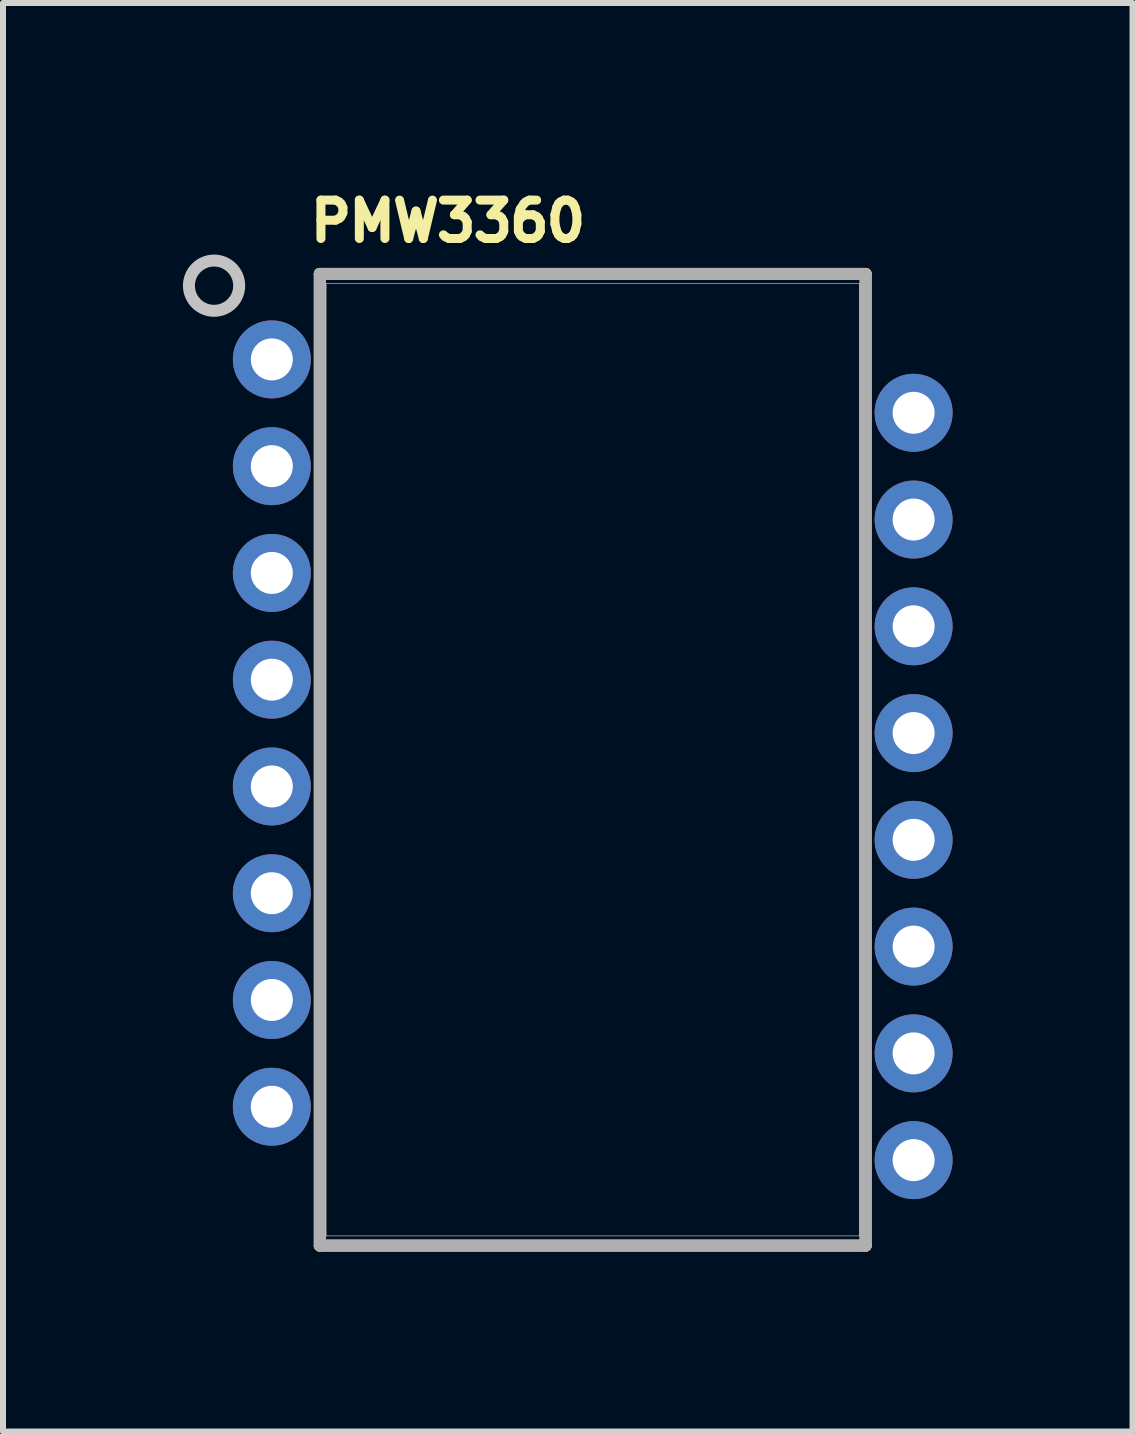
<source format=kicad_pcb>
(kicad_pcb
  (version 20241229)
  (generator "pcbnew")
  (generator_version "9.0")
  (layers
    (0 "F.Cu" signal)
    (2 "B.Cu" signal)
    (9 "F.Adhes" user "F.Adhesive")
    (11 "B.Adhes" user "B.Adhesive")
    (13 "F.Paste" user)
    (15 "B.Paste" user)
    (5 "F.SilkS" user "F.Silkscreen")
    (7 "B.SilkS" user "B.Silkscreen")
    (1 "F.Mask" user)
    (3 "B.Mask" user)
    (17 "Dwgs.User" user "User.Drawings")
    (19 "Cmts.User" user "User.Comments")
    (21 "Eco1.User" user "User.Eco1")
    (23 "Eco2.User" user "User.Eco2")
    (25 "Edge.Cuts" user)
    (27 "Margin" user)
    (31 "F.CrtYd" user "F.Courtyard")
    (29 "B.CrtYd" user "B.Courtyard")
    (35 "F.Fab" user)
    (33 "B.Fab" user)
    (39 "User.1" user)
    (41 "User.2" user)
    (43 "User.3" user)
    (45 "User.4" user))
  (footprint "PMW3360"
    (layer "F.Cu")
    (at 6.832 9.617)
    (property "Reference" "PMW3360" (at -2.413 -8.979 0) (layer "F.SilkS") (effects (font (size 0.64 0.64) (thickness 0.15))))
    (attr through_hole)
    (fp_line (start -4.55 -8.1) (end -4.55 8.1) (stroke (width 0.2) (type solid)) (layer "F.SilkS"))
    (fp_line (start -4.55 8.1) (end 4.55 8.1) (stroke (width 0.2) (type solid)) (layer "F.SilkS"))
    (fp_line (start 4.55 -8.1) (end -4.55 -8.1) (stroke (width 0.2) (type solid)) (layer "F.SilkS"))
    (fp_line (start 4.55 8.1) (end 4.55 -8.1) (stroke (width 0.2) (type solid)) (layer "F.SilkS"))
    (fp_circle (center -6.313 -7.904) (end -5.894 -7.904) (stroke (width 0.2) (type solid)) (fill no) (layer "Dwgs.User"))
    (fp_line (start -4.445 -7.938) (end 4.445 -7.938) (stroke (width 0.01) (type solid)) (layer "Edge.Cuts"))
    (fp_line (start -4.445 7.938) (end -4.445 -7.938) (stroke (width 0.01) (type solid)) (layer "Edge.Cuts"))
    (fp_line (start 4.445 -7.938) (end 4.445 7.938) (stroke (width 0.01) (type solid)) (layer "Edge.Cuts"))
    (fp_line (start 4.445 7.938) (end -4.445 7.938) (stroke (width 0.01) (type solid)) (layer "Edge.Cuts"))
    (fp_line (start -4.55 -8.1) (end 4.55 -8.1) (stroke (width 0.2) (type solid)) (layer "F.Fab"))
    (fp_line (start -4.55 8.1) (end -4.55 -8.1) (stroke (width 0.2) (type solid)) (layer "F.Fab"))
    (fp_line (start 4.55 -8.1) (end 4.55 8.1) (stroke (width 0.2) (type solid)) (layer "F.Fab"))
    (fp_line (start 4.55 8.1) (end -4.55 8.1) (stroke (width 0.2) (type solid)) (layer "F.Fab"))
    (pad "1" thru_hole circle (at -5.35 -6.675) (size 1.3 1.3) (drill 0.7) (layers "*.Cu" "*.Mask"))
    (pad "2" thru_hole circle (at -5.35 -4.895) (size 1.3 1.3) (drill 0.7) (layers "*.Cu" "*.Mask"))
    (pad "3" thru_hole circle (at -5.35 -3.115) (size 1.3 1.3) (drill 0.7) (layers "*.Cu" "*.Mask"))
    (pad "4" thru_hole circle (at -5.35 -1.335) (size 1.3 1.3) (drill 0.7) (layers "*.Cu" "*.Mask"))
    (pad "5" thru_hole circle (at -5.35 0.445) (size 1.3 1.3) (drill 0.7) (layers "*.Cu" "*.Mask"))
    (pad "6" thru_hole circle (at -5.35 2.225) (size 1.3 1.3) (drill 0.7) (layers "*.Cu" "*.Mask"))
    (pad "7" thru_hole circle (at -5.35 4.005) (size 1.3 1.3) (drill 0.7) (layers "*.Cu" "*.Mask"))
    (pad "8" thru_hole circle (at -5.35 5.785) (size 1.3 1.3) (drill 0.7) (layers "*.Cu" "*.Mask"))
    (pad "9" thru_hole circle (at 5.35 6.675) (size 1.3 1.3) (drill 0.7) (layers "*.Cu" "*.Mask"))
    (pad "10" thru_hole circle (at 5.35 4.895) (size 1.3 1.3) (drill 0.7) (layers "*.Cu" "*.Mask"))
    (pad "11" thru_hole circle (at 5.35 3.115) (size 1.3 1.3) (drill 0.7) (layers "*.Cu" "*.Mask"))
    (pad "12" thru_hole circle (at 5.35 1.335) (size 1.3 1.3) (drill 0.7) (layers "*.Cu" "*.Mask"))
    (pad "13" thru_hole circle (at 5.35 -0.445) (size 1.3 1.3) (drill 0.7) (layers "*.Cu" "*.Mask"))
    (pad "14" thru_hole circle (at 5.35 -2.225) (size 1.3 1.3) (drill 0.7) (layers "*.Cu" "*.Mask"))
    (pad "15" thru_hole circle (at 5.35 -4.005) (size 1.3 1.3) (drill 0.7) (layers "*.Cu" "*.Mask"))
    (pad "16" thru_hole circle (at 5.35 -5.785) (size 1.3 1.3) (drill 0.7) (layers "*.Cu" "*.Mask"))
    (zone (net_name "") (layer "F.Cu") (hatch full 0.508) (connect_pads) (min_thickness 0.127) (filled_areas_thickness no) (keepout (tracks not_allowed) (vias not_allowed) (pads not_allowed) (copperpour not_allowed) (footprints allowed)) (placement (enabled no)) (fill) (polygon (pts (xy 2.387 1.679) (xy 11.277 1.679) (xy 11.277 17.554) (xy 2.387 17.554))))
    (zone (net_name "") (layer "B.Cu") (hatch full 0.508) (connect_pads) (min_thickness 0.127) (filled_areas_thickness no) (keepout (tracks not_allowed) (vias not_allowed) (pads not_allowed) (copperpour not_allowed) (footprints allowed)) (placement (enabled no)) (fill) (polygon (pts (xy 2.387 1.679) (xy 11.277 1.679) (xy 11.277 17.554) (xy 2.387 17.554)))))
  (gr_rect
    (start -3 -3)
    (end 15.832 20.817)
    (stroke (width 0.1) (type default))
    (fill no)
    (layer "Edge.Cuts")))
</source>
